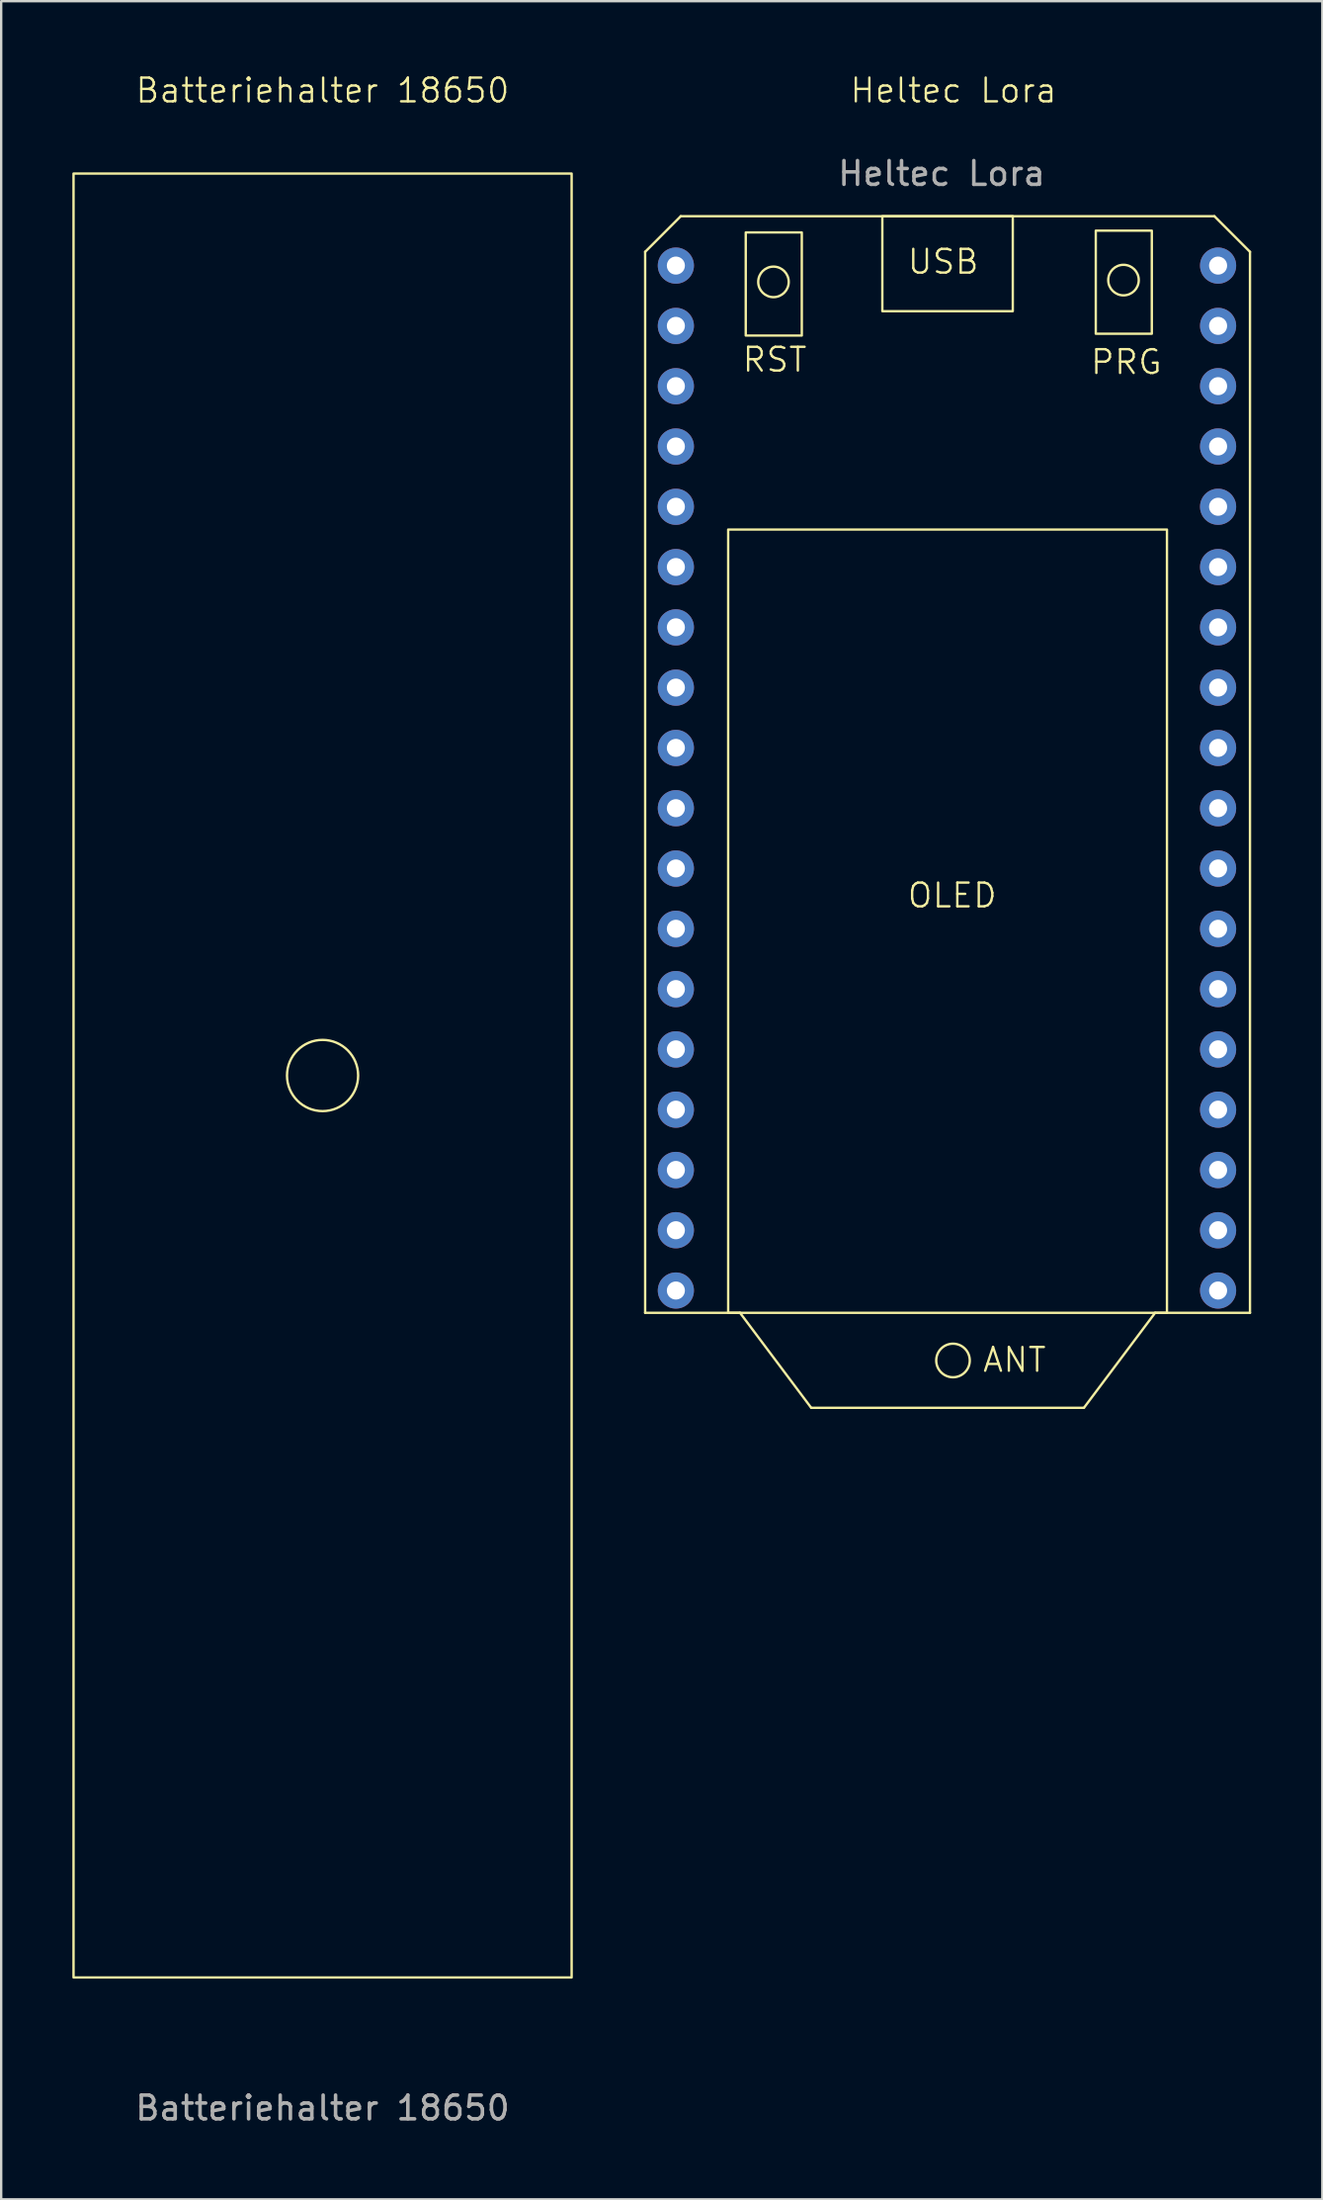
<source format=kicad_pcb>
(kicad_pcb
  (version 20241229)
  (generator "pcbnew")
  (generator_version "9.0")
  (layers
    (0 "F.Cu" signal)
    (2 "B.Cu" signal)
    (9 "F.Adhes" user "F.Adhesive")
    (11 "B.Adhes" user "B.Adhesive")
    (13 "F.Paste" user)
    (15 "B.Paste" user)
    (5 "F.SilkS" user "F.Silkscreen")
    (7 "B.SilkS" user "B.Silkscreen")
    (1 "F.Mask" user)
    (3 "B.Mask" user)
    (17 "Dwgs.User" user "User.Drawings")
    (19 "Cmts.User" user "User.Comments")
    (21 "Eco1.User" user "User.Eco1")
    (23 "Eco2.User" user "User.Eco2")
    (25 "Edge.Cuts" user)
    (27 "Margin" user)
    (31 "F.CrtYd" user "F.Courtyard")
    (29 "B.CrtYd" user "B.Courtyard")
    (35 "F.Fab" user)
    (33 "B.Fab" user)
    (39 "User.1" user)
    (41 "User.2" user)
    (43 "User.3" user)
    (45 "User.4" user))
  (footprint "Batteriehalter 18650"
    (layer "F.Cu")
    (at 10.55 42.261)
    (property "Reference" "Batteriehalter 18650" (at 0 -41.5 0) (unlocked yes) (layer "F.SilkS") (effects (font (size 1 1) (thickness 0.1))))
    (attr through_hole)
    (fp_rect (start -10.5 -38) (end 10.5 38) (stroke (width 0.1) (type default)) (fill no) (layer "F.SilkS"))
    (fp_circle (center 0 0) (end 1.5 0) (stroke (width 0.1) (type default)) (fill no) (layer "F.SilkS"))
    (fp_text user "${REFERENCE}" (at 0 43.5 0) (unlocked yes) (layer "F.Fab") (effects (font (size 1 1) (thickness 0.15)))))
  (footprint "Heltec Lora"
    (layer "F.Cu")
    (at 37.087 29.514)
    (property "Reference" "Heltec Lora" (at 0.063 -28.754 0) (unlocked yes) (layer "F.SilkS") (effects (font (size 1 1) (thickness 0.1))))
    (attr through_hole)
    (fp_line (start -12.937 -21.954) (end -11.437 -23.454) (stroke (width 0.1) (type default)) (layer "F.SilkS"))
    (fp_line (start -12.937 22.746) (end -12.937 -21.954) (stroke (width 0.1) (type default)) (layer "F.SilkS"))
    (fp_line (start -12.937 22.746) (end -8.937 22.746) (stroke (width 0.1) (type default)) (layer "F.SilkS"))
    (fp_line (start -11.437 -23.454) (end 11.063 -23.454) (stroke (width 0.1) (type default)) (layer "F.SilkS"))
    (fp_line (start -8.937 22.746) (end -5.937 26.746) (stroke (width 0.1) (type default)) (layer "F.SilkS"))
    (fp_line (start -5.937 26.746) (end 5.563 26.746) (stroke (width 0.1) (type default)) (layer "F.SilkS"))
    (fp_line (start 8.563 22.746) (end 5.563 26.746) (stroke (width 0.1) (type default)) (layer "F.SilkS"))
    (fp_line (start 12.563 -21.954) (end 11.063 -23.454) (stroke (width 0.1) (type default)) (layer "F.SilkS"))
    (fp_line (start 12.563 -21.954) (end 12.563 22.746) (stroke (width 0.1) (type default)) (layer "F.SilkS"))
    (fp_line (start 12.563 22.746) (end 8.563 22.746) (stroke (width 0.1) (type default)) (layer "F.SilkS"))
    (fp_rect (start -9.437 -10.254) (end 9.063 22.746) (stroke (width 0.1) (type default)) (fill no) (layer "F.SilkS"))
    (fp_rect (start -8.696 -22.771) (end -6.333 -18.427) (stroke (width 0.1) (type default)) (fill no) (layer "F.SilkS"))
    (fp_rect (start -2.937 -23.454) (end 2.563 -19.454) (stroke (width 0.1) (type default)) (fill no) (layer "F.SilkS"))
    (fp_rect (start 6.062 -22.847) (end 8.424 -18.503) (stroke (width 0.1) (type default)) (fill no) (layer "F.SilkS"))
    (fp_circle (center -7.527 -20.688) (end -7.426 -21.323) (stroke (width 0.1) (type default)) (fill no) (layer "F.SilkS"))
    (fp_circle (center 0.042 24.753) (end 0.542 25.253) (stroke (width 0.1) (type default)) (fill no) (layer "F.SilkS"))
    (fp_circle (center 7.23 -20.764) (end 7.332 -21.399) (stroke (width 0.1) (type default)) (fill no) (layer "F.SilkS"))
    (fp_text user "PRG" (at 5.782 -16.725 0) (unlocked yes) (layer "F.SilkS") (effects (font (size 1 1) (thickness 0.1)) (justify left bottom)))
    (fp_text user "ANT" (at 1.236 25.312 0) (unlocked yes) (layer "F.SilkS") (effects (font (size 1 1) (thickness 0.1)) (justify left bottom)))
    (fp_text user "USB" (at -1.937 -20.954 0) (unlocked yes) (layer "F.SilkS") (effects (font (size 1 1) (thickness 0.1)) (justify left bottom)))
    (fp_text user "RST" (at -8.899 -16.827 0) (unlocked yes) (layer "F.SilkS") (effects (font (size 1 1) (thickness 0.1)) (justify left bottom)))
    (fp_text user "OLED" (at -1.937 5.746 0) (unlocked yes) (layer "F.SilkS") (effects (font (size 1 1) (thickness 0.1)) (justify left bottom)))
    (fp_text user "${REFERENCE}" (at -0.437 -25.254 0) (unlocked yes) (layer "F.Fab") (effects (font (size 1 1) (thickness 0.15))))
    (pad "1" thru_hole circle (at -11.642 -21.374) (size 1.524 1.524) (drill 0.762) (layers "*.Cu" "*.Mask"))
    (pad "2" thru_hole circle (at -11.642 -18.834) (size 1.524 1.524) (drill 0.762) (layers "*.Cu" "*.Mask"))
    (pad "3" thru_hole circle (at -11.642 -16.294) (size 1.524 1.524) (drill 0.762) (layers "*.Cu" "*.Mask"))
    (pad "4" thru_hole circle (at -11.642 -13.754) (size 1.524 1.524) (drill 0.762) (layers "*.Cu" "*.Mask"))
    (pad "5" thru_hole circle (at -11.642 -11.214) (size 1.524 1.524) (drill 0.762) (layers "*.Cu" "*.Mask"))
    (pad "6" thru_hole circle (at -11.642 -8.674) (size 1.524 1.524) (drill 0.762) (layers "*.Cu" "*.Mask"))
    (pad "7" thru_hole circle (at -11.642 -6.134) (size 1.524 1.524) (drill 0.762) (layers "*.Cu" "*.Mask"))
    (pad "8" thru_hole circle (at -11.642 -3.594) (size 1.524 1.524) (drill 0.762) (layers "*.Cu" "*.Mask"))
    (pad "9" thru_hole circle (at -11.642 -1.054) (size 1.524 1.524) (drill 0.762) (layers "*.Cu" "*.Mask"))
    (pad "10" thru_hole circle (at -11.642 1.486) (size 1.524 1.524) (drill 0.762) (layers "*.Cu" "*.Mask"))
    (pad "11" thru_hole circle (at -11.642 4.026) (size 1.524 1.524) (drill 0.762) (layers "*.Cu" "*.Mask"))
    (pad "12" thru_hole circle (at -11.642 6.566) (size 1.524 1.524) (drill 0.762) (layers "*.Cu" "*.Mask"))
    (pad "13" thru_hole circle (at -11.642 9.106) (size 1.524 1.524) (drill 0.762) (layers "*.Cu" "*.Mask"))
    (pad "14" thru_hole circle (at -11.642 11.646) (size 1.524 1.524) (drill 0.762) (layers "*.Cu" "*.Mask"))
    (pad "15" thru_hole circle (at -11.642 14.186) (size 1.524 1.524) (drill 0.762) (layers "*.Cu" "*.Mask"))
    (pad "16" thru_hole circle (at -11.642 16.726) (size 1.524 1.524) (drill 0.762) (layers "*.Cu" "*.Mask"))
    (pad "17" thru_hole circle (at -11.642 19.266) (size 1.524 1.524) (drill 0.762) (layers "*.Cu" "*.Mask"))
    (pad "18" thru_hole circle (at -11.642 21.806) (size 1.524 1.524) (drill 0.762) (layers "*.Cu" "*.Mask"))
    (pad "19" thru_hole circle (at 11.218 -21.374) (size 1.524 1.524) (drill 0.762) (layers "*.Cu" "*.Mask"))
    (pad "20" thru_hole circle (at 11.218 -18.834) (size 1.524 1.524) (drill 0.762) (layers "*.Cu" "*.Mask"))
    (pad "21" thru_hole circle (at 11.218 -16.294) (size 1.524 1.524) (drill 0.762) (layers "*.Cu" "*.Mask"))
    (pad "22" thru_hole circle (at 11.218 -13.754) (size 1.524 1.524) (drill 0.762) (layers "*.Cu" "*.Mask"))
    (pad "23" thru_hole circle (at 11.218 -11.214) (size 1.524 1.524) (drill 0.762) (layers "*.Cu" "*.Mask"))
    (pad "24" thru_hole circle (at 11.218 -8.674) (size 1.524 1.524) (drill 0.762) (layers "*.Cu" "*.Mask"))
    (pad "25" thru_hole circle (at 11.218 -6.134) (size 1.524 1.524) (drill 0.762) (layers "*.Cu" "*.Mask"))
    (pad "26" thru_hole circle (at 11.218 -3.594) (size 1.524 1.524) (drill 0.762) (layers "*.Cu" "*.Mask"))
    (pad "27" thru_hole circle (at 11.218 -1.054) (size 1.524 1.524) (drill 0.762) (layers "*.Cu" "*.Mask"))
    (pad "28" thru_hole circle (at 11.218 1.486) (size 1.524 1.524) (drill 0.762) (layers "*.Cu" "*.Mask"))
    (pad "29" thru_hole circle (at 11.218 4.026) (size 1.524 1.524) (drill 0.762) (layers "*.Cu" "*.Mask"))
    (pad "30" thru_hole circle (at 11.218 6.566) (size 1.524 1.524) (drill 0.762) (layers "*.Cu" "*.Mask"))
    (pad "31" thru_hole circle (at 11.218 9.106) (size 1.524 1.524) (drill 0.762) (layers "*.Cu" "*.Mask"))
    (pad "32" thru_hole circle (at 11.218 11.646) (size 1.524 1.524) (drill 0.762) (layers "*.Cu" "*.Mask"))
    (pad "33" thru_hole circle (at 11.218 14.186) (size 1.524 1.524) (drill 0.762) (layers "*.Cu" "*.Mask"))
    (pad "34" thru_hole circle (at 11.218 16.726) (size 1.524 1.524) (drill 0.762) (layers "*.Cu" "*.Mask"))
    (pad "35" thru_hole circle (at 11.218 19.266) (size 1.524 1.524) (drill 0.762) (layers "*.Cu" "*.Mask"))
    (pad "36" thru_hole circle (at 11.218 21.806) (size 1.524 1.524) (drill 0.762) (layers "*.Cu" "*.Mask")))
  (gr_rect
    (start -3 -3)
    (end 52.7 89.609)
    (stroke (width 0.1) (type default))
    (fill no)
    (layer "Edge.Cuts")))
</source>
